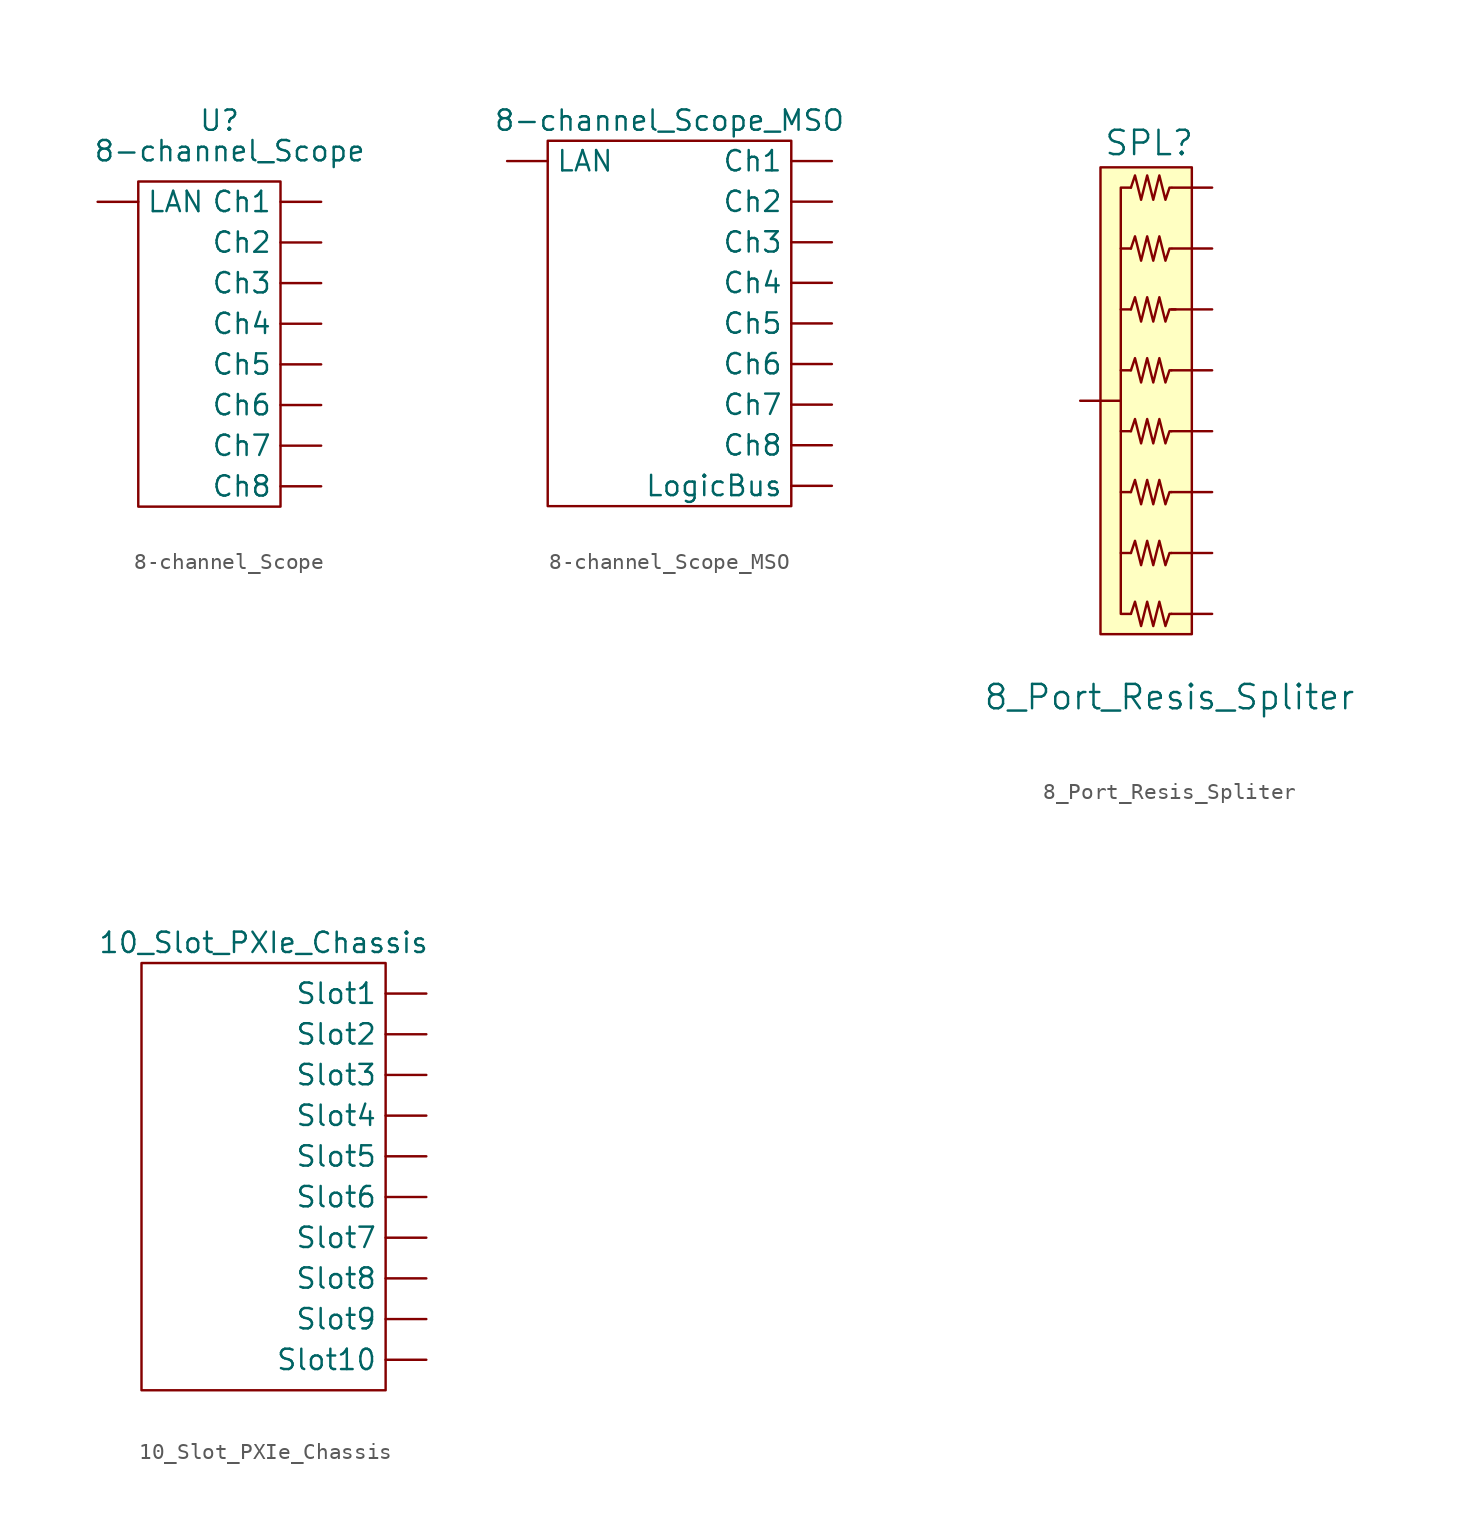
<source format=kicad_sym>
(kicad_symbol_lib
  (version 20211014)
  (generator kicad_symbol_editor)
  (symbol "8-channel_Scope"
    (property "Reference" "U"
      (at 0 5.08 0)
      (effects (font (size 1.27 1.27))))
    (property "Value" "8-channel_Scope"
      (at 0.635 3.175 0)
      (effects (font (size 1.27 1.27))))
    (symbol "8-channel_Scope_0_1"
      (rectangle (start -5.08 1.27) (end 3.81 -19.05) (stroke (width 0) (type default) (color 0 0 0 0)) (fill (type none))))
    (symbol "8-channel_Scope_1_1"
      (pin input line (at 6.35 0 180) (length 2.54) (name "Ch1" (effects (font (size 1.27 1.27)))) (number "" (effects (font (size 1.27 1.27)))))
      (pin input line (at 6.35 -2.54 180) (length 2.54) (name "Ch2" (effects (font (size 1.27 1.27)))) (number "" (effects (font (size 1.27 1.27)))))
      (pin input line (at 6.35 -5.08 180) (length 2.54) (name "Ch3" (effects (font (size 1.27 1.27)))) (number "" (effects (font (size 1.27 1.27)))))
      (pin input line (at 6.35 -7.62 180) (length 2.54) (name "Ch4" (effects (font (size 1.27 1.27)))) (number "" (effects (font (size 1.27 1.27)))))
      (pin input line (at 6.35 -10.16 180) (length 2.54) (name "Ch5" (effects (font (size 1.27 1.27)))) (number "" (effects (font (size 1.27 1.27)))))
      (pin input line (at 6.35 -12.7 180) (length 2.54) (name "Ch6" (effects (font (size 1.27 1.27)))) (number "" (effects (font (size 1.27 1.27)))))
      (pin input line (at 6.35 -15.24 180) (length 2.54) (name "Ch7" (effects (font (size 1.27 1.27)))) (number "" (effects (font (size 1.27 1.27)))))
      (pin input line (at 6.35 -17.78 180) (length 2.54) (name "Ch8" (effects (font (size 1.27 1.27)))) (number "" (effects (font (size 1.27 1.27)))))
      (pin bidirectional line (at -7.62 0 0) (length 2.54) (name "LAN" (effects (font (size 1.27 1.27)))) (number "" (effects (font (size 1.27 1.27)))))))
  (symbol "8-channel_Scope_MSO"
    (property "Reference" "U"
      (at 0 4.445 0)
      (effects (font (size 1.27 1.27)) hide))
    (property "Value" "8-channel_Scope_MSO"
      (at 0 2.54 0)
      (effects (font (size 1.27 1.27))))
    (symbol "8-channel_Scope_MSO_0_1"
      (rectangle (start -7.62 1.27) (end 7.62 -21.59) (stroke (width 0) (type default) (color 0 0 0 0)) (fill (type none))))
    (symbol "8-channel_Scope_MSO_1_1"
      (pin input line (at 10.16 0 180) (length 2.54) (name "Ch1" (effects (font (size 1.27 1.27)))) (number "" (effects (font (size 1.27 1.27)))))
      (pin input line (at 10.16 -2.54 180) (length 2.54) (name "Ch2" (effects (font (size 1.27 1.27)))) (number "" (effects (font (size 1.27 1.27)))))
      (pin input line (at 10.16 -5.08 180) (length 2.54) (name "Ch3" (effects (font (size 1.27 1.27)))) (number "" (effects (font (size 1.27 1.27)))))
      (pin input line (at 10.16 -7.62 180) (length 2.54) (name "Ch4" (effects (font (size 1.27 1.27)))) (number "" (effects (font (size 1.27 1.27)))))
      (pin input line (at 10.16 -10.16 180) (length 2.54) (name "Ch5" (effects (font (size 1.27 1.27)))) (number "" (effects (font (size 1.27 1.27)))))
      (pin input line (at 10.16 -12.7 180) (length 2.54) (name "Ch6" (effects (font (size 1.27 1.27)))) (number "" (effects (font (size 1.27 1.27)))))
      (pin input line (at 10.16 -15.24 180) (length 2.54) (name "Ch7" (effects (font (size 1.27 1.27)))) (number "" (effects (font (size 1.27 1.27)))))
      (pin input line (at 10.16 -17.78 180) (length 2.54) (name "Ch8" (effects (font (size 1.27 1.27)))) (number "" (effects (font (size 1.27 1.27)))))
      (pin bidirectional line (at -10.16 0 0) (length 2.54) (name "LAN" (effects (font (size 1.27 1.27)))) (number "" (effects (font (size 1.27 1.27)))))
      (pin input line (at 10.16 -20.32 180) (length 2.54) (name "LogicBus" (effects (font (size 1.27 1.27)))) (number "" (effects (font (size 1.27 1.27)))))))
  (symbol "8_Port_Resis_Spliter"
    (pin_names
      (offset 1.016))
    (property "Reference" "SPL"
      (at -2.667 4.699 0)
      (effects (font (size 1.524 1.524))))
    (property "Value" "8_Port_Resis_Spliter"
      (at -1.397 -29.972 0)
      (effects (font (size 1.524 1.524))))
    (property "Footprint" ""
      (at 1.27 1.27 0)
      (effects (font (size 1.524 1.524))))
    (property "Datasheet" ""
      (at 1.27 1.27 0)
      (effects (font (size 1.524 1.524))))
    (symbol "8_Port_Resis_Spliter_0_1"
      (rectangle (start -5.715 3.175) (end 0 -26.035) (stroke (width 0) (type default) (color 0 0 0 0)) (fill (type background)))
      (polyline (pts (xy -4.445 -20.955) (xy -4.445 -24.765) (xy -3.81 -24.765)) (stroke (width 0) (type default) (color 0 0 0 0)) (fill (type none)))
      (polyline (pts (xy -4.445 -17.145) (xy -4.445 -20.955) (xy -3.81 -20.955)) (stroke (width 0) (type default) (color 0 0 0 0)) (fill (type none)))
      (polyline (pts (xy -4.445 -13.335) (xy -4.445 -17.145) (xy -3.81 -17.145)) (stroke (width 0) (type default) (color 0 0 0 0)) (fill (type none)))
      (polyline (pts (xy -4.445 -9.525) (xy -4.445 -13.335) (xy -3.81 -13.335)) (stroke (width 0) (type default) (color 0 0 0 0)) (fill (type none)))
      (polyline (pts (xy -4.445 -5.715) (xy -4.445 -9.525) (xy -3.81 -9.525)) (stroke (width 0) (type default) (color 0 0 0 0)) (fill (type none)))
      (polyline (pts (xy -4.445 -1.905) (xy -4.445 -5.715) (xy -3.81 -5.715)) (stroke (width 0) (type default) (color 0 0 0 0)) (fill (type none)))
      (polyline (pts (xy -3.81 1.905) (xy -4.445 1.905) (xy -4.445 0) (xy -4.445 -1.905) (xy -3.81 -1.905)) (stroke (width 0) (type default) (color 0 0 0 0)) (fill (type none)))
      (polyline (pts (xy -3.81 -24.765) (xy -3.556 -24.003) (xy -3.175 -25.527) (xy -2.794 -24.003) (xy -2.413 -25.527) (xy -2.032 -24.003) (xy -1.651 -25.527) (xy -1.397 -24.765) (xy -1.27 -24.765)) (stroke (width 0) (type default) (color 0 0 0 0)) (fill (type none)))
      (polyline (pts (xy -3.81 -20.955) (xy -3.556 -20.193) (xy -3.175 -21.717) (xy -2.794 -20.193) (xy -2.413 -21.717) (xy -2.032 -20.193) (xy -1.651 -21.717) (xy -1.397 -20.955) (xy -1.27 -20.955)) (stroke (width 0) (type default) (color 0 0 0 0)) (fill (type none)))
      (polyline (pts (xy -3.81 -17.145) (xy -3.556 -16.383) (xy -3.175 -17.907) (xy -2.794 -16.383) (xy -2.413 -17.907) (xy -2.032 -16.383) (xy -1.651 -17.907) (xy -1.397 -17.145) (xy -1.27 -17.145)) (stroke (width 0) (type default) (color 0 0 0 0)) (fill (type none)))
      (polyline (pts (xy -3.81 -13.335) (xy -3.556 -12.573) (xy -3.175 -14.097) (xy -2.794 -12.573) (xy -2.413 -14.097) (xy -2.032 -12.573) (xy -1.651 -14.097) (xy -1.397 -13.335) (xy -1.27 -13.335)) (stroke (width 0) (type default) (color 0 0 0 0)) (fill (type none)))
      (polyline (pts (xy -3.81 -9.525) (xy -3.556 -8.763) (xy -3.175 -10.287) (xy -2.794 -8.763) (xy -2.413 -10.287) (xy -2.032 -8.763) (xy -1.651 -10.287) (xy -1.397 -9.525) (xy -1.27 -9.525)) (stroke (width 0) (type default) (color 0 0 0 0)) (fill (type none)))
      (polyline (pts (xy -3.81 -1.905) (xy -3.556 -1.143) (xy -3.175 -2.667) (xy -2.794 -1.143) (xy -2.413 -2.667) (xy -2.032 -1.143) (xy -1.651 -2.667) (xy -1.397 -1.905) (xy -1.27 -1.905)) (stroke (width 0) (type default) (color 0 0 0 0)) (fill (type none)))
      (polyline (pts (xy -3.81 1.905) (xy -3.556 2.667) (xy -3.175 1.143) (xy -2.794 2.667) (xy -2.413 1.143) (xy -2.032 2.667) (xy -1.651 1.143) (xy -1.397 1.905) (xy -1.27 1.905)) (stroke (width 0) (type default) (color 0 0 0 0)) (fill (type none)))
      (polyline (pts (xy -3.81 -5.715) (xy -3.556 -4.953) (xy -3.175 -6.477) (xy -2.794 -4.953) (xy -2.413 -6.477) (xy -2.032 -4.953) (xy -1.651 -6.477) (xy -1.397 -5.715) (xy -1.27 -5.715) (xy -1.016 -5.715)) (stroke (width 0) (type default) (color 0 0 0 0)) (fill (type none))))
    (symbol "8_Port_Resis_Spliter_1_1"
      (pin input line (at -6.985 -11.43 0) (length 2.489) (name "~" (effects (font (size 1.27 1.27)))) (number "~" (effects (font (size 1.27 1.27)))))
      (pin input line (at 1.27 -24.765 180) (length 2.54) (name "~" (effects (font (size 1.27 1.27)))) (number "~" (effects (font (size 1.27 1.27)))))
      (pin input line (at 1.27 -20.955 180) (length 2.54) (name "~" (effects (font (size 1.27 1.27)))) (number "~" (effects (font (size 1.27 1.27)))))
      (pin input line (at 1.27 -17.145 180) (length 2.54) (name "~" (effects (font (size 1.27 1.27)))) (number "~" (effects (font (size 1.27 1.27)))))
      (pin input line (at 1.27 -13.335 180) (length 2.54) (name "~" (effects (font (size 1.27 1.27)))) (number "~" (effects (font (size 1.27 1.27)))))
      (pin input line (at 1.27 -9.525 180) (length 2.54) (name "~" (effects (font (size 1.27 1.27)))) (number "~" (effects (font (size 1.27 1.27)))))
      (pin input line (at 1.27 -5.715 180) (length 2.54) (name "~" (effects (font (size 1.27 1.27)))) (number "~" (effects (font (size 1.27 1.27)))))
      (pin input line (at 1.27 -1.905 180) (length 2.489) (name "~" (effects (font (size 1.27 1.27)))) (number "~" (effects (font (size 1.27 1.27)))))
      (pin input line (at 1.27 1.905 180) (length 2.489) (name "~" (effects (font (size 1.27 1.27)))) (number "~" (effects (font (size 1.27 1.27)))))))
  (symbol "10_Slot_PXIe_Chassis"
    (property "Reference" "U"
      (at 0 5.08 0)
      (effects (font (size 1.27 1.27)) hide))
    (property "Value" "10_Slot_PXIe_Chassis"
      (at 0 3.175 0)
      (effects (font (size 1.27 1.27))))
    (symbol "10_Slot_PXIe_Chassis_0_1"
      (rectangle (start -7.62 1.905) (end 7.62 -24.765) (stroke (width 0) (type default) (color 0 0 0 0)) (fill (type none))))
    (symbol "10_Slot_PXIe_Chassis_1_1"
      (pin bidirectional line (at 10.16 0 180) (length 2.54) (name "Slot1" (effects (font (size 1.27 1.27)))) (number "" (effects (font (size 1.27 1.27)))))
      (pin bidirectional line (at 10.16 -22.86 180) (length 2.54) (name "Slot10" (effects (font (size 1.27 1.27)))) (number "" (effects (font (size 1.27 1.27)))))
      (pin bidirectional line (at 10.16 -2.54 180) (length 2.54) (name "Slot2" (effects (font (size 1.27 1.27)))) (number "" (effects (font (size 1.27 1.27)))))
      (pin bidirectional line (at 10.16 -5.08 180) (length 2.54) (name "Slot3" (effects (font (size 1.27 1.27)))) (number "" (effects (font (size 1.27 1.27)))))
      (pin bidirectional line (at 10.16 -7.62 180) (length 2.54) (name "Slot4" (effects (font (size 1.27 1.27)))) (number "" (effects (font (size 1.27 1.27)))))
      (pin bidirectional line (at 10.16 -10.16 180) (length 2.54) (name "Slot5" (effects (font (size 1.27 1.27)))) (number "" (effects (font (size 1.27 1.27)))))
      (pin bidirectional line (at 10.16 -12.7 180) (length 2.54) (name "Slot6" (effects (font (size 1.27 1.27)))) (number "" (effects (font (size 1.27 1.27)))))
      (pin bidirectional line (at 10.16 -15.24 180) (length 2.54) (name "Slot7" (effects (font (size 1.27 1.27)))) (number "" (effects (font (size 1.27 1.27)))))
      (pin bidirectional line (at 10.16 -17.78 180) (length 2.54) (name "Slot8" (effects (font (size 1.27 1.27)))) (number "" (effects (font (size 1.27 1.27)))))
      (pin bidirectional line (at 10.16 -20.32 180) (length 2.54) (name "Slot9" (effects (font (size 1.27 1.27)))) (number "" (effects (font (size 1.27 1.27))))))))
</source>
